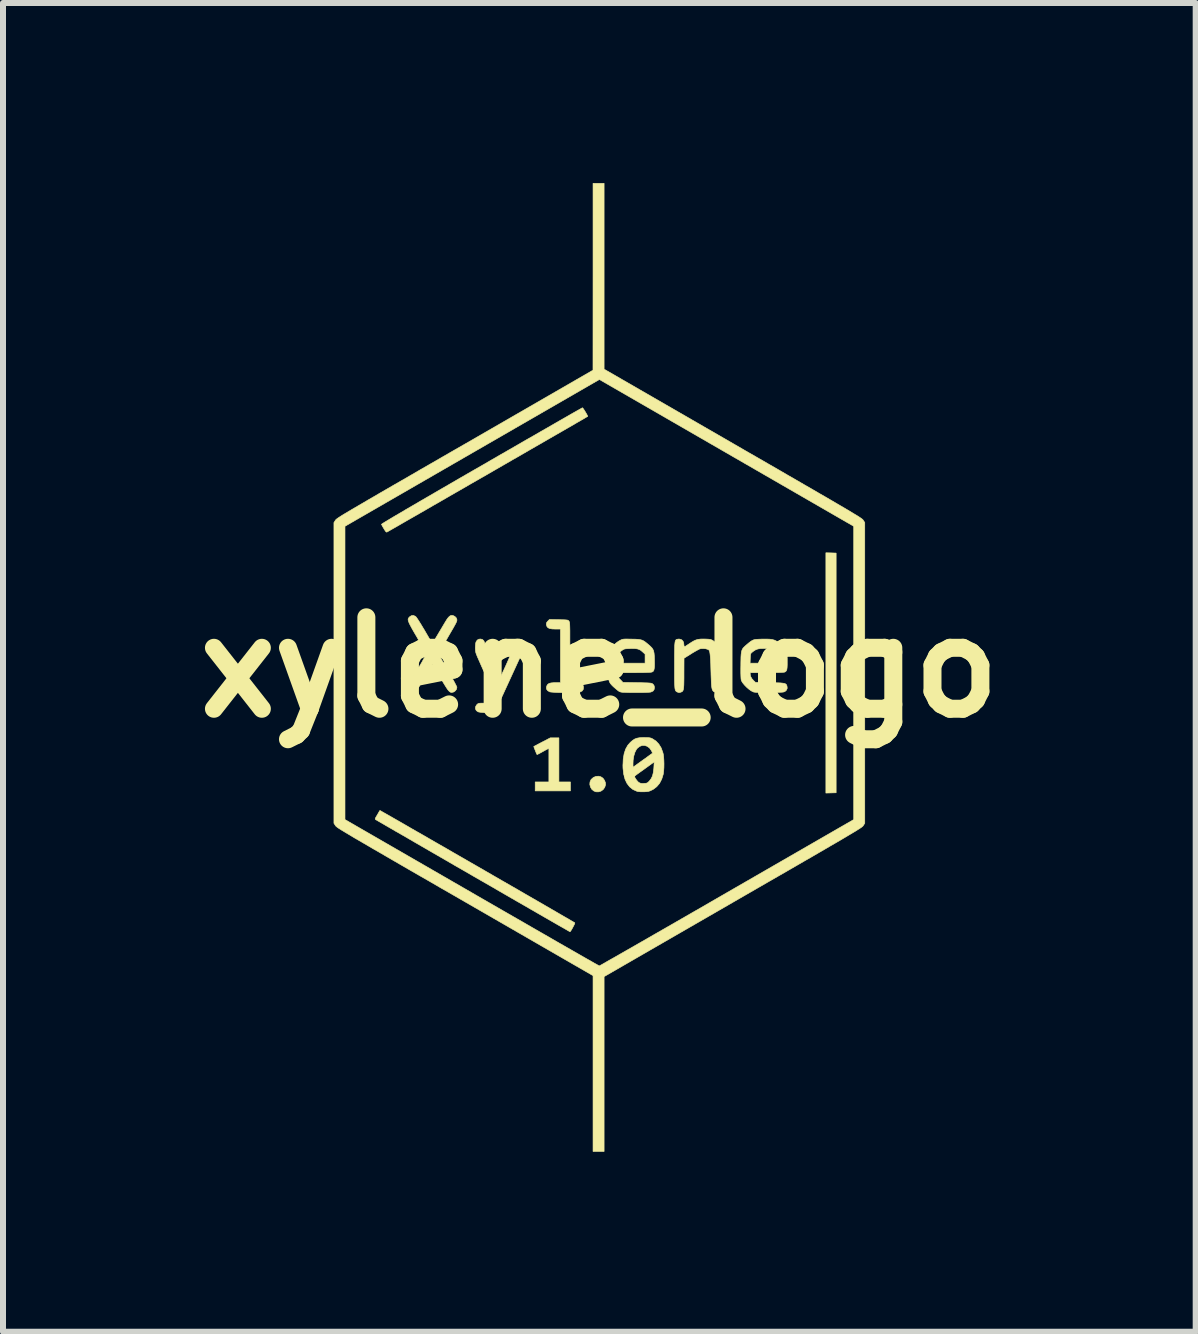
<source format=kicad_pcb>
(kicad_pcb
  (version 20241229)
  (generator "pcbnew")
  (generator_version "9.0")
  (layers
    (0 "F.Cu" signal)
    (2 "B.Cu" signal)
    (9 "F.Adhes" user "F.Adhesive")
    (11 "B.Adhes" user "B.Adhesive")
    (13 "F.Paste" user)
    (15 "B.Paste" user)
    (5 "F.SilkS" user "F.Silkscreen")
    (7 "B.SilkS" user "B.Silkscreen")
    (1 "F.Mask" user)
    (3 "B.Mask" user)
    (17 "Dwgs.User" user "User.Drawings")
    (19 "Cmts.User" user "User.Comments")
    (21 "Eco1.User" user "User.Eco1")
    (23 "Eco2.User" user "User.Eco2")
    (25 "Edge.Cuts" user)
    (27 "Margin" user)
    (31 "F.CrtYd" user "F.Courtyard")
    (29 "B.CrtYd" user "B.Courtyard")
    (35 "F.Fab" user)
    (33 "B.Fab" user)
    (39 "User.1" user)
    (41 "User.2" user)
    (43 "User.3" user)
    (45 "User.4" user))
  (footprint "xylene_logo"
    (layer "F.Cu")
    (at 6.938 8.072)
    (property "Reference" "xylene_logo" (at 0 0 0) (layer "F.SilkS") (effects (font (size 1.524 1.524) (thickness 0.3))))
    (attr through_hole)
    (fp_poly (pts (xy 3.86 -1.908) (xy 3.946 -1.905) (xy 3.946 2.089) (xy 3.775 2.094) (xy 3.775 -1.91) (xy 3.86 -1.908)) (stroke (width 0.01) (type solid)) (fill yes) (layer "F.SilkS"))
    (fp_poly (pts (xy 0.025 1.823) (xy 0.06 1.846) (xy 0.086 1.882) (xy 0.088 1.887) (xy 0.102 1.924) (xy 0.103 1.957) (xy 0.092 1.992) (xy 0.088 2.001) (xy 0.062 2.037) (xy 0.026 2.062) (xy -0.015 2.074) (xy -0.058 2.073) (xy -0.094 2.058) (xy -0.127 2.03) (xy -0.148 1.993) (xy -0.159 1.951) (xy -0.156 1.91) (xy -0.14 1.873) (xy -0.135 1.866) (xy -0.099 1.834) (xy -0.058 1.817) (xy -0.016 1.813) (xy 0.025 1.823)) (stroke (width 0.01) (type solid)) (fill yes) (layer "F.SilkS"))
    (fp_poly (pts (xy -0.674 1.909) (xy -0.482 1.909) (xy -0.482 2.058) (xy -1.069 2.058) (xy -1.069 1.909) (xy -0.841 1.909) (xy -0.841 1.348) (xy -0.869 1.363) (xy -0.89 1.374) (xy -0.921 1.391) (xy -0.955 1.41) (xy -0.966 1.416) (xy -0.997 1.433) (xy -1.021 1.445) (xy -1.036 1.452) (xy -1.039 1.452) (xy -1.044 1.442) (xy -1.053 1.422) (xy -1.064 1.395) (xy -1.075 1.367) (xy -1.085 1.342) (xy -1.091 1.324) (xy -1.093 1.318) (xy -1.085 1.314) (xy -1.063 1.303) (xy -1.032 1.286) (xy -0.992 1.265) (xy -0.954 1.245) (xy -0.817 1.174) (xy -0.674 1.174) (xy -0.674 1.909)) (stroke (width 0.01) (type solid)) (fill yes) (layer "F.SilkS"))
    (fp_poly (pts (xy -0.678 -0.795) (xy -0.623 -0.794) (xy -0.582 -0.793) (xy -0.554 -0.791) (xy -0.535 -0.789) (xy -0.522 -0.785) (xy -0.514 -0.78) (xy -0.508 -0.772) (xy -0.507 -0.772) (xy -0.504 -0.767) (xy -0.501 -0.76) (xy -0.498 -0.751) (xy -0.496 -0.738) (xy -0.494 -0.718) (xy -0.493 -0.692) (xy -0.492 -0.657) (xy -0.491 -0.613) (xy -0.491 -0.557) (xy -0.491 -0.489) (xy -0.491 -0.407) (xy -0.49 -0.309) (xy -0.49 -0.25) (xy -0.49 0.252) (xy -0.403 0.255) (xy -0.35 0.259) (xy -0.312 0.267) (xy -0.287 0.279) (xy -0.272 0.297) (xy -0.265 0.323) (xy -0.265 0.33) (xy -0.268 0.366) (xy -0.287 0.393) (xy -0.319 0.409) (xy -0.328 0.412) (xy -0.352 0.415) (xy -0.389 0.418) (xy -0.437 0.419) (xy -0.492 0.42) (xy -0.551 0.42) (xy -0.612 0.42) (xy -0.67 0.419) (xy -0.724 0.417) (xy -0.77 0.414) (xy -0.805 0.411) (xy -0.826 0.408) (xy -0.827 0.407) (xy -0.861 0.388) (xy -0.88 0.362) (xy -0.882 0.33) (xy -0.873 0.302) (xy -0.859 0.282) (xy -0.838 0.268) (xy -0.806 0.259) (xy -0.762 0.255) (xy -0.72 0.254) (xy -0.648 0.254) (xy -0.648 -0.639) (xy -0.732 -0.639) (xy -0.787 -0.641) (xy -0.827 -0.648) (xy -0.854 -0.66) (xy -0.871 -0.678) (xy -0.876 -0.689) (xy -0.884 -0.721) (xy -0.878 -0.748) (xy -0.858 -0.772) (xy -0.832 -0.798) (xy -0.678 -0.795)) (stroke (width 0.01) (type solid)) (fill yes) (layer "F.SilkS"))
    (fp_poly (pts (xy -0.274 -4.32) (xy -0.261 -4.302) (xy -0.245 -4.277) (xy -0.228 -4.249) (xy -0.212 -4.222) (xy -0.2 -4.199) (xy -0.194 -4.185) (xy -0.194 -4.183) (xy -0.203 -4.178) (xy -0.226 -4.165) (xy -0.262 -4.143) (xy -0.311 -4.115) (xy -0.372 -4.08) (xy -0.443 -4.038) (xy -0.525 -3.991) (xy -0.617 -3.938) (xy -0.716 -3.881) (xy -0.824 -3.819) (xy -0.938 -3.753) (xy -1.058 -3.684) (xy -1.183 -3.612) (xy -1.312 -3.537) (xy -1.445 -3.461) (xy -1.58 -3.383) (xy -1.717 -3.304) (xy -1.855 -3.224) (xy -1.993 -3.145) (xy -2.131 -3.066) (xy -2.267 -2.987) (xy -2.4 -2.911) (xy -2.53 -2.836) (xy -2.656 -2.763) (xy -2.777 -2.694) (xy -2.892 -2.627) (xy -3 -2.565) (xy -3.101 -2.507) (xy -3.194 -2.454) (xy -3.277 -2.406) (xy -3.351 -2.363) (xy -3.414 -2.327) (xy -3.465 -2.298) (xy -3.503 -2.276) (xy -3.529 -2.262) (xy -3.54 -2.255) (xy -3.54 -2.255) (xy -3.55 -2.256) (xy -3.562 -2.267) (xy -3.578 -2.291) (xy -3.59 -2.311) (xy -3.608 -2.341) (xy -3.622 -2.367) (xy -3.63 -2.382) (xy -3.631 -2.384) (xy -3.625 -2.389) (xy -3.606 -2.402) (xy -3.574 -2.422) (xy -3.529 -2.449) (xy -3.471 -2.484) (xy -3.399 -2.527) (xy -3.313 -2.577) (xy -3.214 -2.636) (xy -3.1 -2.702) (xy -2.972 -2.777) (xy -2.83 -2.859) (xy -2.674 -2.95) (xy -2.503 -3.049) (xy -2.317 -3.157) (xy -2.116 -3.273) (xy -1.962 -3.361) (xy -1.804 -3.453) (xy -1.65 -3.542) (xy -1.5 -3.628) (xy -1.356 -3.711) (xy -1.218 -3.791) (xy -1.086 -3.866) (xy -0.962 -3.938) (xy -0.846 -4.004) (xy -0.739 -4.066) (xy -0.642 -4.122) (xy -0.554 -4.172) (xy -0.478 -4.216) (xy -0.413 -4.253) (xy -0.36 -4.283) (xy -0.32 -4.305) (xy -0.294 -4.32) (xy -0.282 -4.326) (xy -0.281 -4.327) (xy -0.274 -4.32)) (stroke (width 0.01) (type solid)) (fill yes) (layer "F.SilkS"))
    (fp_poly (pts (xy -3.649 2.388) (xy -3.627 2.401) (xy -3.592 2.421) (xy -3.544 2.448) (xy -3.484 2.482) (xy -3.413 2.523) (xy -3.332 2.569) (xy -3.242 2.621) (xy -3.144 2.678) (xy -3.038 2.739) (xy -2.925 2.803) (xy -2.806 2.872) (xy -2.683 2.943) (xy -2.555 3.016) (xy -2.424 3.092) (xy -2.29 3.169) (xy -2.155 3.247) (xy -2.019 3.325) (xy -1.884 3.403) (xy -1.749 3.481) (xy -1.616 3.558) (xy -1.485 3.633) (xy -1.358 3.706) (xy -1.236 3.777) (xy -1.118 3.845) (xy -1.007 3.909) (xy -0.902 3.97) (xy -0.805 4.026) (xy -0.717 4.077) (xy -0.638 4.123) (xy -0.569 4.163) (xy -0.511 4.196) (xy -0.466 4.223) (xy -0.433 4.242) (xy -0.414 4.253) (xy -0.409 4.257) (xy -0.41 4.266) (xy -0.418 4.286) (xy -0.432 4.313) (xy -0.447 4.342) (xy -0.463 4.37) (xy -0.477 4.392) (xy -0.487 4.404) (xy -0.489 4.405) (xy -0.497 4.401) (xy -0.52 4.388) (xy -0.556 4.367) (xy -0.605 4.339) (xy -0.667 4.304) (xy -0.74 4.262) (xy -0.825 4.213) (xy -0.919 4.159) (xy -1.023 4.099) (xy -1.136 4.034) (xy -1.257 3.964) (xy -1.386 3.89) (xy -1.521 3.812) (xy -1.663 3.73) (xy -1.809 3.645) (xy -1.961 3.558) (xy -2.1 3.478) (xy -2.255 3.388) (xy -2.407 3.301) (xy -2.553 3.216) (xy -2.695 3.134) (xy -2.83 3.056) (xy -2.958 2.982) (xy -3.079 2.912) (xy -3.192 2.846) (xy -3.296 2.786) (xy -3.391 2.732) (xy -3.475 2.683) (xy -3.548 2.641) (xy -3.609 2.605) (xy -3.658 2.577) (xy -3.694 2.556) (xy -3.716 2.543) (xy -3.724 2.539) (xy -3.732 2.532) (xy -3.735 2.525) (xy -3.732 2.513) (xy -3.722 2.494) (xy -3.704 2.464) (xy -3.7 2.457) (xy -3.682 2.426) (xy -3.668 2.401) (xy -3.659 2.387) (xy -3.657 2.384) (xy -3.649 2.388)) (stroke (width 0.01) (type solid)) (fill yes) (layer "F.SilkS"))
    (fp_poly (pts (xy 0.79 1.17) (xy 0.823 1.171) (xy 0.848 1.175) (xy 0.868 1.181) (xy 0.886 1.19) (xy 0.943 1.227) (xy 0.991 1.278) (xy 1.03 1.341) (xy 1.057 1.415) (xy 1.065 1.444) (xy 1.071 1.488) (xy 1.075 1.544) (xy 1.077 1.606) (xy 1.076 1.669) (xy 1.072 1.726) (xy 1.066 1.773) (xy 1.065 1.78) (xy 1.04 1.861) (xy 1.004 1.931) (xy 0.956 1.988) (xy 0.898 2.032) (xy 0.878 2.042) (xy 0.847 2.057) (xy 0.82 2.066) (xy 0.79 2.07) (xy 0.751 2.073) (xy 0.741 2.073) (xy 0.688 2.073) (xy 0.646 2.069) (xy 0.625 2.064) (xy 0.559 2.034) (xy 0.504 1.99) (xy 0.46 1.932) (xy 0.427 1.862) (xy 0.416 1.817) (xy 0.587 1.817) (xy 0.592 1.834) (xy 0.606 1.858) (xy 0.625 1.884) (xy 0.645 1.907) (xy 0.66 1.919) (xy 0.681 1.929) (xy 0.705 1.934) (xy 0.739 1.934) (xy 0.744 1.933) (xy 0.775 1.931) (xy 0.796 1.926) (xy 0.812 1.915) (xy 0.832 1.895) (xy 0.836 1.89) (xy 0.864 1.853) (xy 0.885 1.81) (xy 0.898 1.758) (xy 0.907 1.693) (xy 0.909 1.665) (xy 0.914 1.575) (xy 0.809 1.651) (xy 0.766 1.682) (xy 0.722 1.714) (xy 0.682 1.742) (xy 0.651 1.765) (xy 0.646 1.768) (xy 0.619 1.788) (xy 0.598 1.804) (xy 0.588 1.815) (xy 0.587 1.817) (xy 0.416 1.817) (xy 0.405 1.777) (xy 0.394 1.679) (xy 0.393 1.629) (xy 0.395 1.598) (xy 0.561 1.598) (xy 0.561 1.664) (xy 0.72 1.549) (xy 0.767 1.516) (xy 0.808 1.486) (xy 0.842 1.461) (xy 0.868 1.443) (xy 0.882 1.432) (xy 0.884 1.43) (xy 0.883 1.421) (xy 0.875 1.402) (xy 0.867 1.386) (xy 0.836 1.343) (xy 0.798 1.315) (xy 0.756 1.301) (xy 0.713 1.301) (xy 0.671 1.317) (xy 0.633 1.347) (xy 0.616 1.369) (xy 0.592 1.417) (xy 0.574 1.477) (xy 0.563 1.546) (xy 0.561 1.598) (xy 0.395 1.598) (xy 0.398 1.527) (xy 0.413 1.438) (xy 0.438 1.362) (xy 0.474 1.298) (xy 0.517 1.249) (xy 0.554 1.217) (xy 0.589 1.194) (xy 0.626 1.18) (xy 0.67 1.172) (xy 0.725 1.169) (xy 0.744 1.169) (xy 0.79 1.17)) (stroke (width 0.01) (type solid)) (fill yes) (layer "F.SilkS"))
    (fp_poly (pts (xy 1.776 -0.472) (xy 1.816 -0.47) (xy 1.846 -0.466) (xy 1.858 -0.464) (xy 1.89 -0.449) (xy 1.924 -0.424) (xy 1.957 -0.392) (xy 1.982 -0.359) (xy 1.992 -0.341) (xy 1.997 -0.321) (xy 2.001 -0.285) (xy 2.006 -0.236) (xy 2.01 -0.176) (xy 2.014 -0.107) (xy 2.017 -0.032) (xy 2.02 0.048) (xy 2.022 0.13) (xy 2.023 0.212) (xy 2.023 0.247) (xy 2.023 0.295) (xy 2.022 0.329) (xy 2.02 0.353) (xy 2.017 0.369) (xy 2.011 0.38) (xy 2.003 0.391) (xy 2.002 0.391) (xy 1.976 0.41) (xy 1.944 0.416) (xy 1.914 0.408) (xy 1.901 0.399) (xy 1.892 0.388) (xy 1.884 0.375) (xy 1.878 0.356) (xy 1.873 0.33) (xy 1.869 0.295) (xy 1.866 0.248) (xy 1.864 0.188) (xy 1.861 0.113) (xy 1.861 0.101) (xy 1.858 0.008) (xy 1.856 -0.07) (xy 1.853 -0.132) (xy 1.849 -0.182) (xy 1.845 -0.221) (xy 1.841 -0.249) (xy 1.836 -0.27) (xy 1.829 -0.284) (xy 1.824 -0.291) (xy 1.803 -0.302) (xy 1.771 -0.311) (xy 1.733 -0.314) (xy 1.697 -0.313) (xy 1.672 -0.308) (xy 1.655 -0.299) (xy 1.626 -0.284) (xy 1.589 -0.263) (xy 1.547 -0.238) (xy 1.527 -0.225) (xy 1.411 -0.153) (xy 1.41 0.099) (xy 1.41 0.179) (xy 1.409 0.243) (xy 1.408 0.294) (xy 1.405 0.332) (xy 1.401 0.361) (xy 1.396 0.381) (xy 1.388 0.395) (xy 1.378 0.404) (xy 1.365 0.41) (xy 1.361 0.412) (xy 1.336 0.419) (xy 1.315 0.417) (xy 1.296 0.409) (xy 1.286 0.404) (xy 1.278 0.397) (xy 1.271 0.389) (xy 1.266 0.376) (xy 1.261 0.358) (xy 1.258 0.332) (xy 1.256 0.298) (xy 1.254 0.254) (xy 1.253 0.198) (xy 1.253 0.129) (xy 1.253 0.046) (xy 1.253 -0.029) (xy 1.253 -0.126) (xy 1.253 -0.207) (xy 1.254 -0.274) (xy 1.255 -0.328) (xy 1.256 -0.37) (xy 1.259 -0.402) (xy 1.262 -0.426) (xy 1.267 -0.442) (xy 1.272 -0.454) (xy 1.279 -0.461) (xy 1.288 -0.466) (xy 1.292 -0.468) (xy 1.328 -0.473) (xy 1.364 -0.464) (xy 1.38 -0.453) (xy 1.396 -0.434) (xy 1.405 -0.41) (xy 1.408 -0.387) (xy 1.411 -0.362) (xy 1.414 -0.345) (xy 1.416 -0.342) (xy 1.424 -0.346) (xy 1.444 -0.358) (xy 1.471 -0.376) (xy 1.486 -0.386) (xy 1.536 -0.419) (xy 1.576 -0.442) (xy 1.612 -0.458) (xy 1.647 -0.467) (xy 1.686 -0.472) (xy 1.732 -0.473) (xy 1.734 -0.473) (xy 1.776 -0.472)) (stroke (width 0.01) (type solid)) (fill yes) (layer "F.SilkS"))
    (fp_poly (pts (xy -1.95 -0.466) (xy -1.927 -0.446) (xy -1.911 -0.412) (xy -1.903 -0.362) (xy -1.901 -0.319) (xy -1.9 -0.302) (xy -1.898 -0.285) (xy -1.894 -0.267) (xy -1.887 -0.244) (xy -1.876 -0.215) (xy -1.86 -0.178) (xy -1.839 -0.13) (xy -1.812 -0.07) (xy -1.797 -0.038) (xy -1.765 0.031) (xy -1.74 0.086) (xy -1.719 0.128) (xy -1.703 0.158) (xy -1.691 0.177) (xy -1.682 0.188) (xy -1.677 0.191) (xy -1.671 0.19) (xy -1.664 0.184) (xy -1.655 0.171) (xy -1.643 0.15) (xy -1.628 0.119) (xy -1.608 0.077) (xy -1.582 0.022) (xy -1.552 -0.044) (xy -1.522 -0.112) (xy -1.498 -0.166) (xy -1.479 -0.209) (xy -1.466 -0.242) (xy -1.456 -0.267) (xy -1.45 -0.288) (xy -1.447 -0.305) (xy -1.446 -0.322) (xy -1.445 -0.34) (xy -1.445 -0.347) (xy -1.442 -0.4) (xy -1.431 -0.439) (xy -1.415 -0.462) (xy -1.405 -0.468) (xy -1.369 -0.473) (xy -1.333 -0.463) (xy -1.316 -0.452) (xy -1.306 -0.442) (xy -1.299 -0.432) (xy -1.295 -0.418) (xy -1.293 -0.397) (xy -1.292 -0.365) (xy -1.292 -0.331) (xy -1.292 -0.232) (xy -1.501 0.223) (xy -1.54 0.308) (xy -1.577 0.388) (xy -1.611 0.463) (xy -1.643 0.53) (xy -1.67 0.589) (xy -1.693 0.638) (xy -1.711 0.674) (xy -1.722 0.698) (xy -1.726 0.706) (xy -1.744 0.727) (xy -1.764 0.743) (xy -1.765 0.743) (xy -1.786 0.748) (xy -1.82 0.751) (xy -1.862 0.753) (xy -1.908 0.753) (xy -1.952 0.751) (xy -1.989 0.747) (xy -2.016 0.742) (xy -2.021 0.74) (xy -2.05 0.72) (xy -2.064 0.692) (xy -2.064 0.66) (xy -2.049 0.63) (xy -2.041 0.621) (xy -2.029 0.609) (xy -2.016 0.602) (xy -2 0.598) (xy -1.976 0.596) (xy -1.939 0.596) (xy -1.932 0.596) (xy -1.847 0.596) (xy -1.791 0.476) (xy -1.771 0.435) (xy -1.754 0.399) (xy -1.742 0.372) (xy -1.735 0.356) (xy -1.734 0.354) (xy -1.742 0.351) (xy -1.757 0.35) (xy -1.779 0.344) (xy -1.797 0.331) (xy -1.804 0.318) (xy -1.818 0.292) (xy -1.836 0.254) (xy -1.859 0.207) (xy -1.884 0.154) (xy -1.91 0.096) (xy -1.938 0.036) (xy -1.965 -0.024) (xy -1.99 -0.081) (xy -2.013 -0.133) (xy -2.033 -0.178) (xy -2.047 -0.214) (xy -2.056 -0.238) (xy -2.058 -0.243) (xy -2.064 -0.278) (xy -2.067 -0.322) (xy -2.065 -0.365) (xy -2.061 -0.404) (xy -2.055 -0.424) (xy -2.035 -0.455) (xy -2.007 -0.47) (xy -1.981 -0.473) (xy -1.95 -0.466)) (stroke (width 0.01) (type solid)) (fill yes) (layer "F.SilkS"))
    (fp_poly (pts (xy 2.84 -0.47) (xy 2.884 -0.464) (xy 2.921 -0.453) (xy 2.955 -0.436) (xy 2.991 -0.411) (xy 3.031 -0.377) (xy 3.051 -0.359) (xy 3.078 -0.332) (xy 3.099 -0.306) (xy 3.114 -0.278) (xy 3.123 -0.245) (xy 3.128 -0.203) (xy 3.131 -0.149) (xy 3.131 -0.101) (xy 3.131 -0.042) (xy 3.129 0.001) (xy 3.125 0.032) (xy 3.118 0.053) (xy 3.107 0.067) (xy 3.093 0.076) (xy 3.086 0.079) (xy 3.072 0.081) (xy 3.043 0.083) (xy 3 0.085) (xy 2.947 0.086) (xy 2.886 0.087) (xy 2.818 0.088) (xy 2.789 0.088) (xy 2.514 0.088) (xy 2.514 0.114) (xy 2.521 0.151) (xy 2.542 0.188) (xy 2.57 0.219) (xy 2.602 0.25) (xy 2.84 0.254) (xy 2.916 0.256) (xy 2.976 0.257) (xy 3.023 0.259) (xy 3.058 0.263) (xy 3.083 0.267) (xy 3.101 0.274) (xy 3.112 0.282) (xy 3.12 0.293) (xy 3.125 0.307) (xy 3.127 0.312) (xy 3.131 0.347) (xy 3.118 0.379) (xy 3.095 0.4) (xy 3.086 0.405) (xy 3.074 0.409) (xy 3.058 0.412) (xy 3.034 0.414) (xy 3.002 0.415) (xy 2.958 0.417) (xy 2.9 0.417) (xy 2.834 0.418) (xy 2.757 0.419) (xy 2.695 0.418) (xy 2.648 0.417) (xy 2.612 0.416) (xy 2.587 0.413) (xy 2.569 0.41) (xy 2.565 0.408) (xy 2.531 0.391) (xy 2.493 0.364) (xy 2.454 0.33) (xy 2.418 0.293) (xy 2.388 0.256) (xy 2.369 0.224) (xy 2.365 0.213) (xy 2.361 0.19) (xy 2.359 0.151) (xy 2.357 0.094) (xy 2.357 0.02) (xy 2.358 -0.039) (xy 2.358 -0.07) (xy 2.512 -0.07) (xy 2.969 -0.07) (xy 2.969 -0.222) (xy 2.925 -0.263) (xy 2.901 -0.284) (xy 2.88 -0.298) (xy 2.857 -0.307) (xy 2.828 -0.313) (xy 2.789 -0.315) (xy 2.739 -0.315) (xy 2.684 -0.314) (xy 2.641 -0.307) (xy 2.606 -0.294) (xy 2.572 -0.273) (xy 2.549 -0.255) (xy 2.534 -0.243) (xy 2.525 -0.231) (xy 2.52 -0.216) (xy 2.517 -0.193) (xy 2.515 -0.157) (xy 2.515 -0.15) (xy 2.512 -0.07) (xy 2.358 -0.07) (xy 2.359 -0.113) (xy 2.36 -0.172) (xy 2.363 -0.218) (xy 2.368 -0.254) (xy 2.375 -0.283) (xy 2.385 -0.306) (xy 2.399 -0.326) (xy 2.418 -0.345) (xy 2.442 -0.367) (xy 2.449 -0.373) (xy 2.489 -0.407) (xy 2.52 -0.431) (xy 2.547 -0.448) (xy 2.574 -0.46) (xy 2.605 -0.466) (xy 2.644 -0.469) (xy 2.696 -0.471) (xy 2.719 -0.472) (xy 2.786 -0.472) (xy 2.84 -0.47)) (stroke (width 0.01) (type solid)) (fill yes) (layer "F.SilkS"))
    (fp_poly (pts (xy 0.491 -0.472) (xy 0.54 -0.471) (xy 0.6 -0.47) (xy 0.646 -0.467) (xy 0.682 -0.462) (xy 0.712 -0.454) (xy 0.739 -0.441) (xy 0.767 -0.422) (xy 0.799 -0.396) (xy 0.818 -0.38) (xy 0.851 -0.351) (xy 0.876 -0.325) (xy 0.893 -0.3) (xy 0.905 -0.272) (xy 0.912 -0.236) (xy 0.916 -0.191) (xy 0.918 -0.132) (xy 0.918 -0.119) (xy 0.919 -0.057) (xy 0.918 -0.011) (xy 0.914 0.023) (xy 0.908 0.047) (xy 0.899 0.063) (xy 0.886 0.073) (xy 0.874 0.078) (xy 0.856 0.081) (xy 0.823 0.083) (xy 0.774 0.085) (xy 0.712 0.087) (xy 0.637 0.087) (xy 0.577 0.088) (xy 0.307 0.088) (xy 0.307 0.123) (xy 0.308 0.144) (xy 0.315 0.163) (xy 0.33 0.183) (xy 0.35 0.204) (xy 0.393 0.25) (xy 0.629 0.254) (xy 0.7 0.255) (xy 0.756 0.257) (xy 0.798 0.258) (xy 0.829 0.26) (xy 0.852 0.262) (xy 0.867 0.265) (xy 0.878 0.269) (xy 0.887 0.274) (xy 0.891 0.277) (xy 0.909 0.297) (xy 0.917 0.323) (xy 0.918 0.33) (xy 0.914 0.366) (xy 0.896 0.393) (xy 0.863 0.409) (xy 0.854 0.412) (xy 0.835 0.414) (xy 0.801 0.416) (xy 0.756 0.418) (xy 0.703 0.419) (xy 0.644 0.419) (xy 0.584 0.419) (xy 0.525 0.419) (xy 0.471 0.418) (xy 0.424 0.416) (xy 0.387 0.415) (xy 0.364 0.412) (xy 0.361 0.412) (xy 0.336 0.403) (xy 0.317 0.392) (xy 0.27 0.353) (xy 0.233 0.321) (xy 0.205 0.293) (xy 0.183 0.267) (xy 0.168 0.24) (xy 0.158 0.21) (xy 0.152 0.173) (xy 0.15 0.127) (xy 0.149 0.07) (xy 0.149 -0.001) (xy 0.149 -0.02) (xy 0.149 -0.092) (xy 0.15 -0.143) (xy 0.307 -0.143) (xy 0.307 -0.07) (xy 0.762 -0.07) (xy 0.762 -0.221) (xy 0.72 -0.259) (xy 0.692 -0.283) (xy 0.664 -0.299) (xy 0.631 -0.309) (xy 0.591 -0.314) (xy 0.538 -0.315) (xy 0.513 -0.314) (xy 0.47 -0.312) (xy 0.44 -0.31) (xy 0.418 -0.306) (xy 0.401 -0.299) (xy 0.384 -0.288) (xy 0.375 -0.282) (xy 0.344 -0.259) (xy 0.324 -0.238) (xy 0.312 -0.214) (xy 0.308 -0.182) (xy 0.307 -0.143) (xy 0.15 -0.143) (xy 0.15 -0.148) (xy 0.151 -0.192) (xy 0.153 -0.225) (xy 0.155 -0.249) (xy 0.159 -0.267) (xy 0.163 -0.28) (xy 0.179 -0.307) (xy 0.206 -0.339) (xy 0.241 -0.373) (xy 0.279 -0.406) (xy 0.317 -0.434) (xy 0.348 -0.452) (xy 0.365 -0.46) (xy 0.381 -0.466) (xy 0.398 -0.47) (xy 0.42 -0.472) (xy 0.45 -0.473) (xy 0.491 -0.472)) (stroke (width 0.01) (type solid)) (fill yes) (layer "F.SilkS"))
    (fp_poly (pts (xy -3.067 -0.852) (xy -3.059 -0.846) (xy -3.048 -0.833) (xy -3.03 -0.807) (xy -3.006 -0.77) (xy -2.977 -0.724) (xy -2.946 -0.672) (xy -2.912 -0.616) (xy -2.908 -0.609) (xy -2.783 -0.394) (xy -2.737 -0.471) (xy -2.718 -0.504) (xy -2.692 -0.547) (xy -2.662 -0.598) (xy -2.63 -0.651) (xy -2.603 -0.697) (xy -2.569 -0.754) (xy -2.542 -0.798) (xy -2.519 -0.829) (xy -2.5 -0.849) (xy -2.483 -0.861) (xy -2.465 -0.866) (xy -2.446 -0.865) (xy -2.436 -0.863) (xy -2.408 -0.849) (xy -2.385 -0.826) (xy -2.374 -0.798) (xy -2.374 -0.791) (xy -2.374 -0.783) (xy -2.376 -0.774) (xy -2.38 -0.762) (xy -2.387 -0.746) (xy -2.398 -0.724) (xy -2.414 -0.695) (xy -2.435 -0.657) (xy -2.463 -0.609) (xy -2.498 -0.549) (xy -2.54 -0.476) (xy -2.544 -0.471) (xy -2.577 -0.413) (xy -2.608 -0.359) (xy -2.635 -0.313) (xy -2.657 -0.275) (xy -2.673 -0.247) (xy -2.681 -0.232) (xy -2.682 -0.23) (xy -2.678 -0.221) (xy -2.667 -0.199) (xy -2.648 -0.165) (xy -2.624 -0.121) (xy -2.595 -0.069) (xy -2.561 -0.011) (xy -2.529 0.045) (xy -2.493 0.108) (xy -2.46 0.167) (xy -2.43 0.219) (xy -2.406 0.264) (xy -2.388 0.299) (xy -2.377 0.322) (xy -2.374 0.331) (xy -2.381 0.364) (xy -2.401 0.391) (xy -2.428 0.41) (xy -2.459 0.417) (xy -2.473 0.416) (xy -2.485 0.411) (xy -2.497 0.403) (xy -2.51 0.39) (xy -2.526 0.371) (xy -2.545 0.343) (xy -2.569 0.305) (xy -2.599 0.256) (xy -2.635 0.195) (xy -2.658 0.155) (xy -2.69 0.101) (xy -2.719 0.053) (xy -2.745 0.012) (xy -2.765 -0.019) (xy -2.779 -0.039) (xy -2.786 -0.046) (xy -2.786 -0.046) (xy -2.792 -0.037) (xy -2.805 -0.015) (xy -2.825 0.018) (xy -2.85 0.061) (xy -2.879 0.11) (xy -2.911 0.165) (xy -2.912 0.166) (xy -2.945 0.222) (xy -2.975 0.273) (xy -3.002 0.318) (xy -3.025 0.354) (xy -3.042 0.379) (xy -3.051 0.391) (xy -3.082 0.412) (xy -3.117 0.415) (xy -3.141 0.408) (xy -3.171 0.387) (xy -3.186 0.358) (xy -3.188 0.335) (xy -3.183 0.319) (xy -3.169 0.288) (xy -3.146 0.243) (xy -3.113 0.182) (xy -3.07 0.107) (xy -3.034 0.045) (xy -2.993 -0.026) (xy -2.959 -0.084) (xy -2.934 -0.13) (xy -2.914 -0.165) (xy -2.901 -0.191) (xy -2.892 -0.211) (xy -2.888 -0.224) (xy -2.887 -0.234) (xy -2.889 -0.241) (xy -2.889 -0.241) (xy -2.896 -0.254) (xy -2.91 -0.279) (xy -2.931 -0.316) (xy -2.957 -0.362) (xy -2.988 -0.416) (xy -3.022 -0.474) (xy -3.043 -0.511) (xy -3.086 -0.584) (xy -3.12 -0.644) (xy -3.146 -0.692) (xy -3.166 -0.73) (xy -3.178 -0.76) (xy -3.185 -0.782) (xy -3.187 -0.8) (xy -3.184 -0.814) (xy -3.176 -0.827) (xy -3.165 -0.839) (xy -3.163 -0.842) (xy -3.132 -0.862) (xy -3.1 -0.866) (xy -3.067 -0.852)) (stroke (width 0.01) (type solid)) (fill yes) (layer "F.SilkS"))
    (fp_poly (pts (xy 0.079 -4.97) (xy 2.226 -3.731) (xy 2.44 -3.607) (xy 2.639 -3.493) (xy 2.824 -3.386) (xy 2.996 -3.287) (xy 3.154 -3.195) (xy 3.3 -3.111) (xy 3.434 -3.033) (xy 3.556 -2.963) (xy 3.667 -2.898) (xy 3.768 -2.84) (xy 3.859 -2.787) (xy 3.941 -2.739) (xy 4.014 -2.696) (xy 4.078 -2.659) (xy 4.135 -2.625) (xy 4.184 -2.596) (xy 4.226 -2.57) (xy 4.263 -2.548) (xy 4.293 -2.53) (xy 4.319 -2.514) (xy 4.339 -2.5) (xy 4.356 -2.489) (xy 4.369 -2.48) (xy 4.379 -2.472) (xy 4.386 -2.466) (xy 4.392 -2.461) (xy 4.395 -2.456) (xy 4.398 -2.452) (xy 4.423 -2.413) (xy 4.423 2.597) (xy 4.398 2.636) (xy 4.395 2.641) (xy 4.391 2.645) (xy 4.385 2.651) (xy 4.378 2.657) (xy 4.367 2.665) (xy 4.354 2.674) (xy 4.337 2.686) (xy 4.315 2.699) (xy 4.289 2.716) (xy 4.258 2.735) (xy 4.221 2.757) (xy 4.177 2.783) (xy 4.127 2.813) (xy 4.07 2.847) (xy 4.004 2.886) (xy 3.93 2.929) (xy 3.847 2.977) (xy 3.755 3.031) (xy 3.653 3.09) (xy 3.54 3.156) (xy 3.416 3.227) (xy 3.28 3.306) (xy 3.133 3.391) (xy 2.973 3.483) (xy 2.799 3.583) (xy 2.612 3.691) (xy 2.411 3.807) (xy 2.226 3.914) (xy 0.079 5.153) (xy 0.079 8.067) (xy -0.105 8.067) (xy -0.105 6.602) (xy -0.105 5.137) (xy -2.239 3.906) (xy -2.452 3.783) (xy -2.651 3.669) (xy -2.835 3.562) (xy -3.006 3.464) (xy -3.164 3.373) (xy -3.309 3.289) (xy -3.442 3.212) (xy -3.564 3.141) (xy -3.674 3.077) (xy -3.775 3.019) (xy -3.865 2.966) (xy -3.946 2.919) (xy -4.018 2.877) (xy -4.082 2.84) (xy -4.138 2.806) (xy -4.187 2.777) (xy -4.229 2.752) (xy -4.265 2.73) (xy -4.295 2.712) (xy -4.32 2.696) (xy -4.341 2.683) (xy -4.357 2.672) (xy -4.37 2.663) (xy -4.379 2.655) (xy -4.387 2.649) (xy -4.392 2.644) (xy -4.395 2.639) (xy -4.398 2.636) (xy -4.423 2.597) (xy -4.423 -2.352) (xy -4.239 -2.352) (xy -4.239 0.092) (xy -4.239 2.536) (xy -2.126 3.755) (xy -1.948 3.858) (xy -1.774 3.958) (xy -1.604 4.056) (xy -1.439 4.151) (xy -1.28 4.242) (xy -1.128 4.33) (xy -0.982 4.414) (xy -0.844 4.493) (xy -0.715 4.568) (xy -0.594 4.637) (xy -0.482 4.701) (xy -0.381 4.759) (xy -0.29 4.811) (xy -0.21 4.857) (xy -0.142 4.895) (xy -0.087 4.927) (xy -0.045 4.95) (xy -0.017 4.966) (xy -0.002 4.974) (xy -0.001 4.975) (xy 0.008 4.97) (xy 0.031 4.958) (xy 0.068 4.937) (xy 0.118 4.908) (xy 0.181 4.872) (xy 0.256 4.83) (xy 0.343 4.78) (xy 0.441 4.724) (xy 0.548 4.663) (xy 0.666 4.595) (xy 0.792 4.523) (xy 0.927 4.445) (xy 1.07 4.363) (xy 1.22 4.277) (xy 1.376 4.187) (xy 1.539 4.093) (xy 1.707 3.997) (xy 1.879 3.897) (xy 2.056 3.795) (xy 2.125 3.755) (xy 4.239 2.536) (xy 4.239 0.092) (xy 4.239 -2.352) (xy 2.12 -3.575) (xy 0.000465 -4.798) (xy -2.119 -3.575) (xy -4.239 -2.352) (xy -4.423 -2.352) (xy -4.423 -2.413) (xy -4.398 -2.452) (xy -4.395 -2.457) (xy -4.391 -2.461) (xy -4.385 -2.467) (xy -4.378 -2.473) (xy -4.368 -2.481) (xy -4.354 -2.49) (xy -4.337 -2.502) (xy -4.316 -2.515) (xy -4.29 -2.532) (xy -4.259 -2.551) (xy -4.222 -2.573) (xy -4.178 -2.599) (xy -4.128 -2.629) (xy -4.07 -2.663) (xy -4.005 -2.701) (xy -3.931 -2.744) (xy -3.848 -2.793) (xy -3.756 -2.846) (xy -3.654 -2.906) (xy -3.541 -2.971) (xy -3.417 -3.043) (xy -3.281 -3.121) (xy -3.134 -3.206) (xy -2.974 -3.299) (xy -2.8 -3.399) (xy -2.613 -3.507) (xy -2.412 -3.623) (xy -2.239 -3.722) (xy -0.106 -4.953) (xy -0.105 -6.51) (xy -0.105 -8.067) (xy 0.079 -8.067) (xy 0.079 -4.97)) (stroke (width 0.01) (type solid)) (fill yes) (layer "F.SilkS")))
  (gr_rect
    (start -3 -3)
    (end 16.876 19.143)
    (stroke (width 0.1) (type default))
    (fill no)
    (layer "Edge.Cuts")))
</source>
